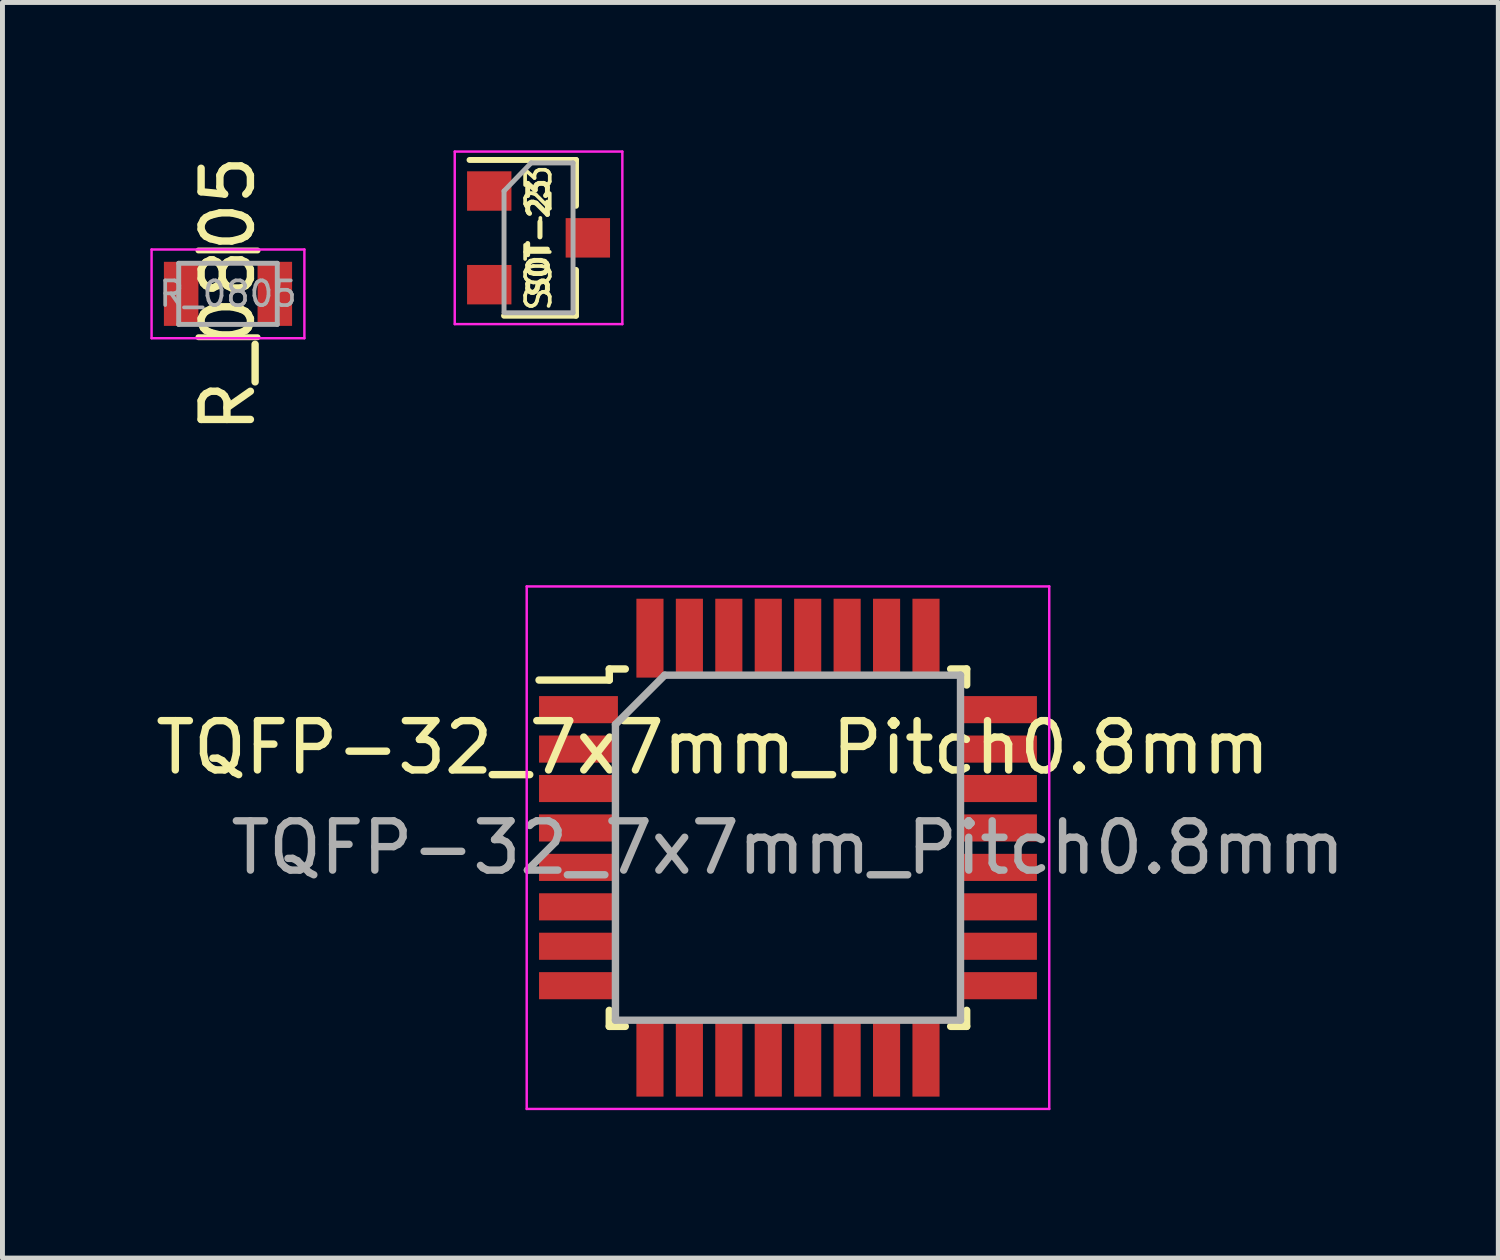
<source format=kicad_pcb>
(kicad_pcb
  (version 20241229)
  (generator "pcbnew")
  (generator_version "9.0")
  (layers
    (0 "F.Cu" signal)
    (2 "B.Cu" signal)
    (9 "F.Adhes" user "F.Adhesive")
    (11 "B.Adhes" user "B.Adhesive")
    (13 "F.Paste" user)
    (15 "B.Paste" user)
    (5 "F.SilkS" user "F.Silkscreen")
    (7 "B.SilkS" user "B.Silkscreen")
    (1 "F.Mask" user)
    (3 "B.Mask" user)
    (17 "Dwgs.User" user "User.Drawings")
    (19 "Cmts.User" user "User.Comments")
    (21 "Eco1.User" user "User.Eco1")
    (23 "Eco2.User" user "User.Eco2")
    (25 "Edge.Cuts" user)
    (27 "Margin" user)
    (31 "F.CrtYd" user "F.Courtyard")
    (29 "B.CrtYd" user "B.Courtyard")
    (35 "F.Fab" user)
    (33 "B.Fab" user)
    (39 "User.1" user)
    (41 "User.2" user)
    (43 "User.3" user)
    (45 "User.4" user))
  (footprint "R_0805"
    (layer "F.Cu")
    (at 1.575 2.911)
    (property "Reference" "R_0805" (at 0 0 270) (layer "F.SilkS") (effects (font (size 1 1) (thickness 0.15))))
    (attr smd)
    (fp_line (start -0.6 -0.88) (end 0.6 -0.88) (stroke (width 0.12) (type solid)) (layer "F.SilkS"))
    (fp_line (start 0.6 0.88) (end -0.6 0.88) (stroke (width 0.12) (type solid)) (layer "F.SilkS"))
    (fp_line (start -1.55 -0.9) (end -1.55 0.9) (stroke (width 0.05) (type solid)) (layer "F.CrtYd"))
    (fp_line (start -1.55 -0.9) (end 1.55 -0.9) (stroke (width 0.05) (type solid)) (layer "F.CrtYd"))
    (fp_line (start 1.55 0.9) (end -1.55 0.9) (stroke (width 0.05) (type solid)) (layer "F.CrtYd"))
    (fp_line (start 1.55 0.9) (end 1.55 -0.9) (stroke (width 0.05) (type solid)) (layer "F.CrtYd"))
    (fp_line (start -1 -0.62) (end 1 -0.62) (stroke (width 0.1) (type solid)) (layer "F.Fab"))
    (fp_line (start -1 0.62) (end -1 -0.62) (stroke (width 0.1) (type solid)) (layer "F.Fab"))
    (fp_line (start 1 -0.62) (end 1 0.62) (stroke (width 0.1) (type solid)) (layer "F.Fab"))
    (fp_line (start 1 0.62) (end -1 0.62) (stroke (width 0.1) (type solid)) (layer "F.Fab"))
    (fp_text user "${REFERENCE}" (at 0 0 0) (layer "F.Fab") (effects (font (size 0.5 0.5) (thickness 0.075))))
    (pad "1" smd rect (at -0.95 0) (size 0.7 1.3) (layers "F.Cu" "F.Mask" "F.Paste"))
    (pad "2" smd rect (at 0.95 0) (size 0.7 1.3) (layers "F.Cu" "F.Mask" "F.Paste")))
  (footprint "TQFP-32_7x7mm_Pitch0.8mm"
    (layer "F.Cu")
    (at 12.935 14.146)
    (property "Reference" "TQFP-32_7x7mm_Pitch0.8mm" (at -1.524 -2.032 0) (layer "F.SilkS") (effects (font (size 1 1) (thickness 0.15))))
    (attr smd)
    (fp_line (start -3.625 -3.625) (end -3.625 -3.4) (stroke (width 0.15) (type solid)) (layer "F.SilkS"))
    (fp_line (start -3.625 -3.625) (end -3.3 -3.625) (stroke (width 0.15) (type solid)) (layer "F.SilkS"))
    (fp_line (start -3.625 -3.4) (end -5.05 -3.4) (stroke (width 0.15) (type solid)) (layer "F.SilkS"))
    (fp_line (start -3.625 3.625) (end -3.625 3.3) (stroke (width 0.15) (type solid)) (layer "F.SilkS"))
    (fp_line (start -3.625 3.625) (end -3.3 3.625) (stroke (width 0.15) (type solid)) (layer "F.SilkS"))
    (fp_line (start 3.625 -3.625) (end 3.3 -3.625) (stroke (width 0.15) (type solid)) (layer "F.SilkS"))
    (fp_line (start 3.625 -3.625) (end 3.625 -3.3) (stroke (width 0.15) (type solid)) (layer "F.SilkS"))
    (fp_line (start 3.625 3.625) (end 3.3 3.625) (stroke (width 0.15) (type solid)) (layer "F.SilkS"))
    (fp_line (start 3.625 3.625) (end 3.625 3.3) (stroke (width 0.15) (type solid)) (layer "F.SilkS"))
    (fp_line (start -5.3 -5.3) (end -5.3 5.3) (stroke (width 0.05) (type solid)) (layer "F.CrtYd"))
    (fp_line (start -5.3 -5.3) (end 5.3 -5.3) (stroke (width 0.05) (type solid)) (layer "F.CrtYd"))
    (fp_line (start -5.3 5.3) (end 5.3 5.3) (stroke (width 0.05) (type solid)) (layer "F.CrtYd"))
    (fp_line (start 5.3 -5.3) (end 5.3 5.3) (stroke (width 0.05) (type solid)) (layer "F.CrtYd"))
    (fp_line (start -3.5 -2.5) (end -2.5 -3.5) (stroke (width 0.15) (type solid)) (layer "F.Fab"))
    (fp_line (start -3.5 3.5) (end -3.5 -2.5) (stroke (width 0.15) (type solid)) (layer "F.Fab"))
    (fp_line (start -2.5 -3.5) (end 3.5 -3.5) (stroke (width 0.15) (type solid)) (layer "F.Fab"))
    (fp_line (start 3.5 -3.5) (end 3.5 3.5) (stroke (width 0.15) (type solid)) (layer "F.Fab"))
    (fp_line (start 3.5 3.5) (end -3.5 3.5) (stroke (width 0.15) (type solid)) (layer "F.Fab"))
    (fp_text user "${REFERENCE}" (at 0 0 0) (layer "F.Fab") (effects (font (size 1 1) (thickness 0.15))))
    (pad "1" smd rect (at -4.25 -2.8) (size 1.6 0.55) (layers "F.Cu" "F.Mask" "F.Paste"))
    (pad "2" smd rect (at -4.25 -2) (size 1.6 0.55) (layers "F.Cu" "F.Mask" "F.Paste"))
    (pad "3" smd rect (at -4.25 -1.2) (size 1.6 0.55) (layers "F.Cu" "F.Mask" "F.Paste"))
    (pad "4" smd rect (at -4.25 -0.4) (size 1.6 0.55) (layers "F.Cu" "F.Mask" "F.Paste"))
    (pad "5" smd rect (at -4.25 0.4) (size 1.6 0.55) (layers "F.Cu" "F.Mask" "F.Paste"))
    (pad "6" smd rect (at -4.25 1.2) (size 1.6 0.55) (layers "F.Cu" "F.Mask" "F.Paste"))
    (pad "7" smd rect (at -4.25 2) (size 1.6 0.55) (layers "F.Cu" "F.Mask" "F.Paste"))
    (pad "8" smd rect (at -4.25 2.8) (size 1.6 0.55) (layers "F.Cu" "F.Mask" "F.Paste"))
    (pad "9" smd rect (at -2.8 4.25 90) (size 1.6 0.55) (layers "F.Cu" "F.Mask" "F.Paste"))
    (pad "10" smd rect (at -2 4.25 90) (size 1.6 0.55) (layers "F.Cu" "F.Mask" "F.Paste"))
    (pad "11" smd rect (at -1.2 4.25 90) (size 1.6 0.55) (layers "F.Cu" "F.Mask" "F.Paste"))
    (pad "12" smd rect (at -0.4 4.25 90) (size 1.6 0.55) (layers "F.Cu" "F.Mask" "F.Paste"))
    (pad "13" smd rect (at 0.4 4.25 90) (size 1.6 0.55) (layers "F.Cu" "F.Mask" "F.Paste"))
    (pad "14" smd rect (at 1.2 4.25 90) (size 1.6 0.55) (layers "F.Cu" "F.Mask" "F.Paste"))
    (pad "15" smd rect (at 2 4.25 90) (size 1.6 0.55) (layers "F.Cu" "F.Mask" "F.Paste"))
    (pad "16" smd rect (at 2.8 4.25 90) (size 1.6 0.55) (layers "F.Cu" "F.Mask" "F.Paste"))
    (pad "17" smd rect (at 4.25 2.8) (size 1.6 0.55) (layers "F.Cu" "F.Mask" "F.Paste"))
    (pad "18" smd rect (at 4.25 2) (size 1.6 0.55) (layers "F.Cu" "F.Mask" "F.Paste"))
    (pad "19" smd rect (at 4.25 1.2) (size 1.6 0.55) (layers "F.Cu" "F.Mask" "F.Paste"))
    (pad "20" smd rect (at 4.25 0.4) (size 1.6 0.55) (layers "F.Cu" "F.Mask" "F.Paste"))
    (pad "21" smd rect (at 4.25 -0.4) (size 1.6 0.55) (layers "F.Cu" "F.Mask" "F.Paste"))
    (pad "22" smd rect (at 4.25 -1.2) (size 1.6 0.55) (layers "F.Cu" "F.Mask" "F.Paste"))
    (pad "23" smd rect (at 4.25 -2) (size 1.6 0.55) (layers "F.Cu" "F.Mask" "F.Paste"))
    (pad "24" smd rect (at 4.25 -2.8) (size 1.6 0.55) (layers "F.Cu" "F.Mask" "F.Paste"))
    (pad "25" smd rect (at 2.8 -4.25 90) (size 1.6 0.55) (layers "F.Cu" "F.Mask" "F.Paste"))
    (pad "26" smd rect (at 2 -4.25 90) (size 1.6 0.55) (layers "F.Cu" "F.Mask" "F.Paste"))
    (pad "27" smd rect (at 1.2 -4.25 90) (size 1.6 0.55) (layers "F.Cu" "F.Mask" "F.Paste"))
    (pad "28" smd rect (at 0.4 -4.25 90) (size 1.6 0.55) (layers "F.Cu" "F.Mask" "F.Paste"))
    (pad "29" smd rect (at -0.4 -4.25 90) (size 1.6 0.55) (layers "F.Cu" "F.Mask" "F.Paste"))
    (pad "30" smd rect (at -1.2 -4.25 90) (size 1.6 0.55) (layers "F.Cu" "F.Mask" "F.Paste"))
    (pad "31" smd rect (at -2 -4.25 90) (size 1.6 0.55) (layers "F.Cu" "F.Mask" "F.Paste"))
    (pad "32" smd rect (at -2.8 -4.25 90) (size 1.6 0.55) (layers "F.Cu" "F.Mask" "F.Paste")))
  (footprint "SOT-23"
    (layer "F.Cu")
    (at 7.875 1.775)
    (property "Reference" "SOT-23" (at 0 0 90) (layer "F.SilkS") (effects (font (size 0.4 0.4) (thickness 0.1))))
    (attr smd)
    (fp_line (start 0.76 -1.58) (end -1.4 -1.58) (stroke (width 0.12) (type solid)) (layer "F.SilkS"))
    (fp_line (start 0.76 -1.58) (end 0.76 -0.65) (stroke (width 0.12) (type solid)) (layer "F.SilkS"))
    (fp_line (start 0.76 1.58) (end -0.7 1.58) (stroke (width 0.12) (type solid)) (layer "F.SilkS"))
    (fp_line (start 0.76 1.58) (end 0.76 0.65) (stroke (width 0.12) (type solid)) (layer "F.SilkS"))
    (fp_line (start -1.7 -1.75) (end 1.7 -1.75) (stroke (width 0.05) (type solid)) (layer "F.CrtYd"))
    (fp_line (start -1.7 1.75) (end -1.7 -1.75) (stroke (width 0.05) (type solid)) (layer "F.CrtYd"))
    (fp_line (start 1.7 -1.75) (end 1.7 1.75) (stroke (width 0.05) (type solid)) (layer "F.CrtYd"))
    (fp_line (start 1.7 1.75) (end -1.7 1.75) (stroke (width 0.05) (type solid)) (layer "F.CrtYd"))
    (fp_line (start -0.7 -0.95) (end -0.7 1.5) (stroke (width 0.1) (type solid)) (layer "F.Fab"))
    (fp_line (start -0.7 -0.95) (end -0.15 -1.52) (stroke (width 0.1) (type solid)) (layer "F.Fab"))
    (fp_line (start -0.7 1.52) (end 0.7 1.52) (stroke (width 0.1) (type solid)) (layer "F.Fab"))
    (fp_line (start -0.15 -1.52) (end 0.7 -1.52) (stroke (width 0.1) (type solid)) (layer "F.Fab"))
    (fp_line (start 0.7 -1.52) (end 0.7 1.52) (stroke (width 0.1) (type solid)) (layer "F.Fab"))
    (fp_text user "${REFERENCE}" (at 0 0 90) (layer "F.SilkS") (effects (font (size 0.5 0.5) (thickness 0.075))))
    (pad "1" smd rect (at -1 -0.95) (size 0.9 0.8) (layers "F.Cu" "F.Mask" "F.Paste"))
    (pad "2" smd rect (at -1 0.95) (size 0.9 0.8) (layers "F.Cu" "F.Mask" "F.Paste"))
    (pad "3" smd rect (at 1 0) (size 0.9 0.8) (layers "F.Cu" "F.Mask" "F.Paste")))
  (gr_rect
    (start -3 -3)
    (end 27.345 22.471)
    (stroke (width 0.1) (type default))
    (fill no)
    (layer "Edge.Cuts")))
</source>
